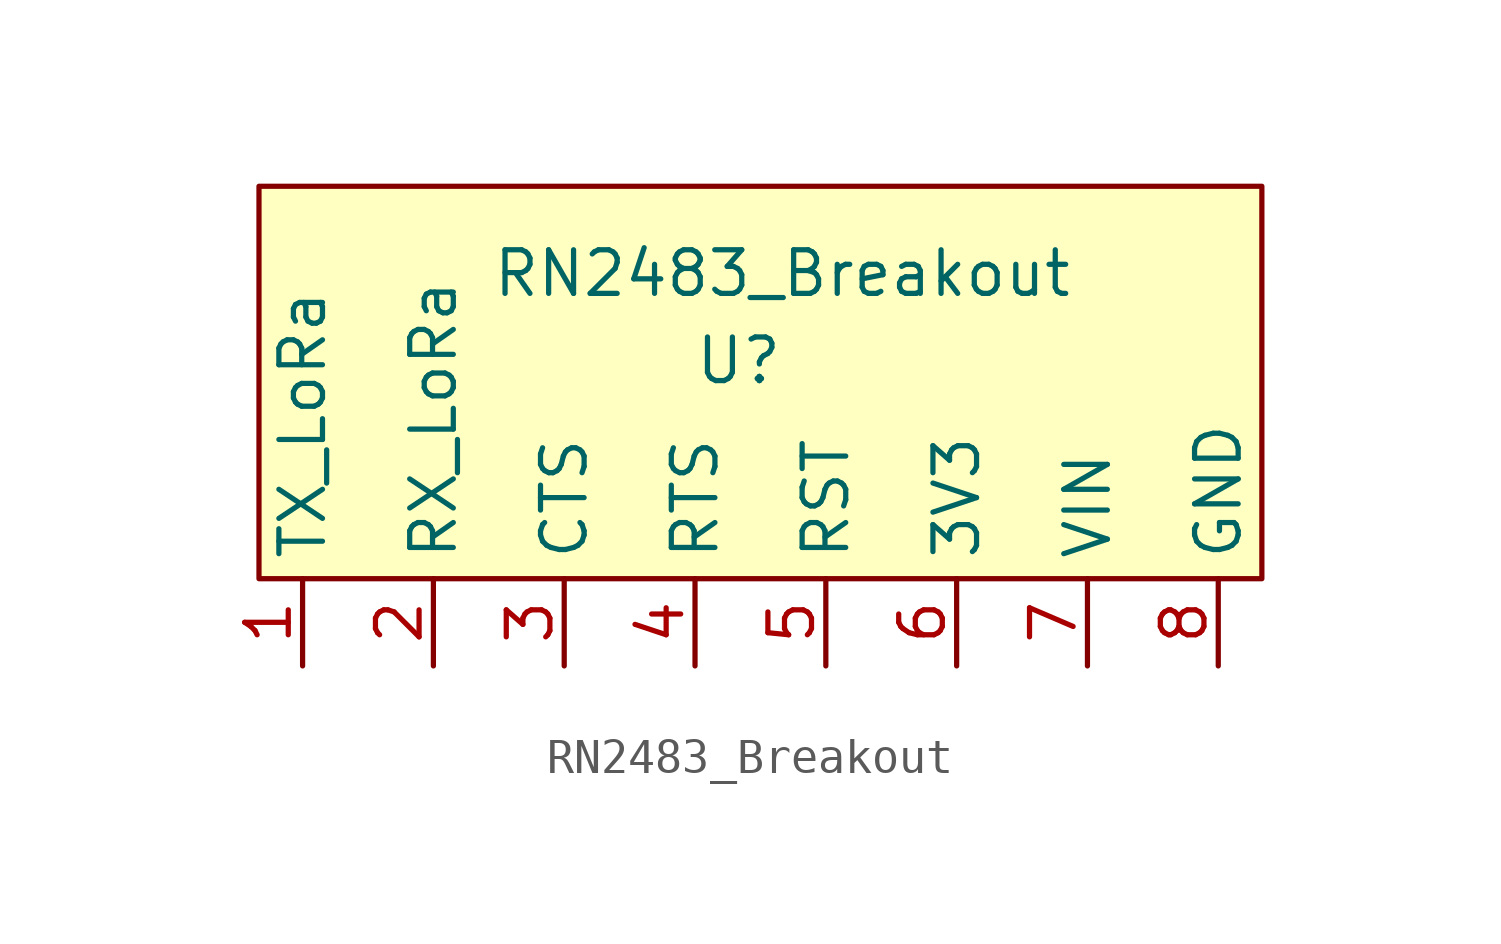
<source format=kicad_sym>
(kicad_symbol_lib
  (version 20211014)
  (generator kicad_symbol_editor)
  (symbol "RN2483_Breakout"
    (property "Reference" "U"
      (at 6.35 3.81 0)
      (effects (font (size 1.27 1.27))))
    (property "Value" "RN2483_Breakout"
      (at 7.62 6.35 0)
      (effects (font (size 1.27 1.27))))
    (symbol "RN2483_Breakout_0_1"
      (rectangle (start -7.62 8.89) (end 21.59 -2.54) (stroke (width 0) (type default) (color 0 0 0 0)) (fill (type background))))
    (symbol "RN2483_Breakout_1_1"
      (pin output line (at -6.35 -5.08 90) (length 2.54) (name "TX_LoRa" (effects (font (size 1.27 1.27)))) (number "1" (effects (font (size 1.27 1.27)))))
      (pin input line (at -2.54 -5.08 90) (length 2.54) (name "RX_LoRa" (effects (font (size 1.27 1.27)))) (number "2" (effects (font (size 1.27 1.27)))))
      (pin passive line (at 1.27 -5.08 90) (length 2.54) (name "CTS" (effects (font (size 1.27 1.27)))) (number "3" (effects (font (size 1.27 1.27)))))
      (pin passive line (at 5.08 -5.08 90) (length 2.54) (name "RTS" (effects (font (size 1.27 1.27)))) (number "4" (effects (font (size 1.27 1.27)))))
      (pin input line (at 8.89 -5.08 90) (length 2.54) (name "RST" (effects (font (size 1.27 1.27)))) (number "5" (effects (font (size 1.27 1.27)))))
      (pin output line (at 12.7 -5.08 90) (length 2.54) (name "3V3" (effects (font (size 1.27 1.27)))) (number "6" (effects (font (size 1.27 1.27)))))
      (pin input line (at 16.51 -5.08 90) (length 2.54) (name "VIN" (effects (font (size 1.27 1.27)))) (number "7" (effects (font (size 1.27 1.27)))))
      (pin input line (at 20.32 -5.08 90) (length 2.54) (name "GND" (effects (font (size 1.27 1.27)))) (number "8" (effects (font (size 1.27 1.27))))))))
</source>
